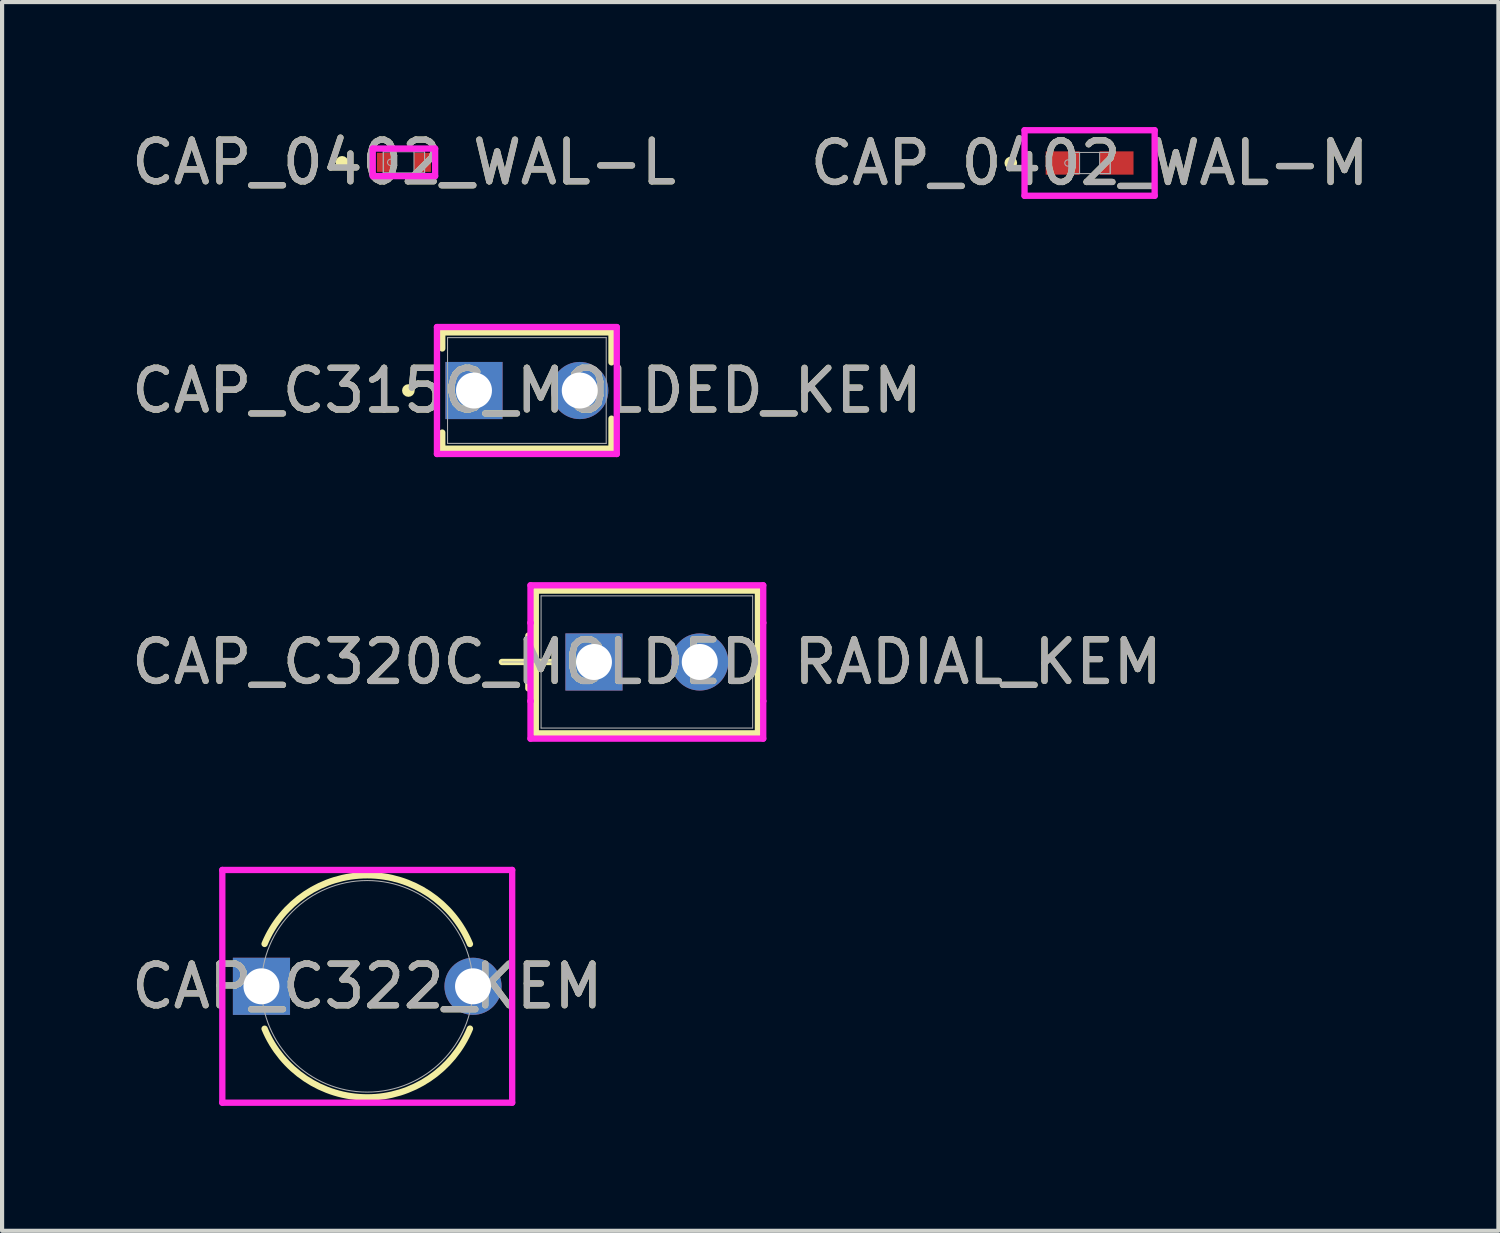
<source format=kicad_pcb>
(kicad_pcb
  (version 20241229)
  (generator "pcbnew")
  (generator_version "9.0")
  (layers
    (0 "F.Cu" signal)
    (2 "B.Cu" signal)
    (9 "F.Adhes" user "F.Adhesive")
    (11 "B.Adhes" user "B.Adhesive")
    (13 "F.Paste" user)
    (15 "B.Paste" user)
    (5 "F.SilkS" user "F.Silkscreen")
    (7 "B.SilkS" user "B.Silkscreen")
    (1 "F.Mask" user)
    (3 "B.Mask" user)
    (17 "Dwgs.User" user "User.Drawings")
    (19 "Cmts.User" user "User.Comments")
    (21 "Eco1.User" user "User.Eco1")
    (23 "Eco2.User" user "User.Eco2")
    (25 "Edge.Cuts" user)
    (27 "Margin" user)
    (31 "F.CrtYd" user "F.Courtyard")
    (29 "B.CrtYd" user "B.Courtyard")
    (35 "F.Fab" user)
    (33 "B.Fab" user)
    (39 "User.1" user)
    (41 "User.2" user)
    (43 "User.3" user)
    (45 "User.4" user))
  (footprint "CAP_C315C_MOLDED_KEM"
    (layer "F.Cu")
    (at 8.331 6.327)
    (property "Reference" "CAP_C315C_MOLDED_KEM" (at 1.27 0 0) (unlocked yes) (layer "F.SilkS") (effects (font (size 1 1) (thickness 0.15))))
    (attr through_hole)
    (fp_line (start -0.762 -1.397) (end -0.762 -1.01) (stroke (width 0.152) (type solid)) (layer "F.SilkS"))
    (fp_line (start -0.762 1.01) (end -0.762 1.397) (stroke (width 0.152) (type solid)) (layer "F.SilkS"))
    (fp_line (start 3.302 -1.397) (end -0.762 -1.397) (stroke (width 0.152) (type solid)) (layer "F.SilkS"))
    (fp_line (start 3.302 -1.397) (end 3.302 -0.676) (stroke (width 0.152) (type solid)) (layer "F.SilkS"))
    (fp_line (start 3.302 0.676) (end 3.302 1.397) (stroke (width 0.152) (type solid)) (layer "F.SilkS"))
    (fp_line (start 3.302 1.397) (end -0.762 1.397) (stroke (width 0.152) (type solid)) (layer "F.SilkS"))
    (fp_circle (center -1.575 0) (end -1.499 0) (stroke (width 0.152) (type solid)) (fill no) (layer "F.SilkS"))
    (fp_line (start -0.889 -1.524) (end 3.429 -1.524) (stroke (width 0.152) (type solid)) (layer "F.CrtYd"))
    (fp_line (start -0.889 1.524) (end -0.889 -1.524) (stroke (width 0.152) (type solid)) (layer "F.CrtYd"))
    (fp_line (start 3.429 -1.524) (end 3.429 1.524) (stroke (width 0.152) (type solid)) (layer "F.CrtYd"))
    (fp_line (start 3.429 1.524) (end -0.889 1.524) (stroke (width 0.152) (type solid)) (layer "F.CrtYd"))
    (fp_line (start -0.635 -1.27) (end -0.635 1.27) (stroke (width 0.025) (type solid)) (layer "F.Fab"))
    (fp_line (start 3.175 -1.27) (end -0.635 -1.27) (stroke (width 0.025) (type solid)) (layer "F.Fab"))
    (fp_line (start 3.175 -1.27) (end 3.175 1.27) (stroke (width 0.025) (type solid)) (layer "F.Fab"))
    (fp_line (start 3.175 1.27) (end -0.635 1.27) (stroke (width 0.025) (type solid)) (layer "F.Fab"))
    (fp_circle (center -0.127 0) (end -0.051 0) (stroke (width 0.025) (type solid)) (fill no) (layer "F.Fab"))
    (fp_text user "${REFERENCE}" (at 1.27 0 0) (unlocked yes) (layer "F.Fab") (effects (font (size 1 1) (thickness 0.15))))
    (pad "1" thru_hole rect (at 0 0) (size 1.372 1.372) (drill 0.864) (layers "*.Cu" "*.Mask"))
    (pad "2" thru_hole circle (at 2.54 0) (size 1.372 1.372) (drill 0.864) (layers "*.Cu" "*.Mask")))
  (footprint "CAP_0402_WAL-L"
    (layer "F.Cu")
    (at 6.649 0.848)
    (property "Reference" "CAP_0402_WAL-L" (at 0 0 0) (unlocked yes) (layer "F.SilkS") (effects (font (size 1 1) (thickness 0.15))))
    (attr smd)
    (fp_circle (center -1.486 0) (end -1.41 0) (stroke (width 0.152) (type solid)) (fill no) (layer "F.SilkS"))
    (fp_line (start -0.749 -0.33) (end 0.749 -0.33) (stroke (width 0.152) (type solid)) (layer "F.CrtYd"))
    (fp_line (start -0.749 0.33) (end -0.749 -0.33) (stroke (width 0.152) (type solid)) (layer "F.CrtYd"))
    (fp_line (start 0.749 -0.33) (end 0.749 0.33) (stroke (width 0.152) (type solid)) (layer "F.CrtYd"))
    (fp_line (start 0.749 0.33) (end -0.749 0.33) (stroke (width 0.152) (type solid)) (layer "F.CrtYd"))
    (fp_line (start -0.495 -0.254) (end -0.495 0.254) (stroke (width 0.025) (type solid)) (layer "F.Fab"))
    (fp_line (start -0.495 -0.254) (end -0.495 0.254) (stroke (width 0.025) (type solid)) (layer "F.Fab"))
    (fp_line (start -0.495 0.254) (end -0.241 0.254) (stroke (width 0.025) (type solid)) (layer "F.Fab"))
    (fp_line (start -0.495 0.254) (end 0.495 0.254) (stroke (width 0.025) (type solid)) (layer "F.Fab"))
    (fp_line (start -0.241 -0.254) (end -0.495 -0.254) (stroke (width 0.025) (type solid)) (layer "F.Fab"))
    (fp_line (start -0.241 0.254) (end -0.241 -0.254) (stroke (width 0.025) (type solid)) (layer "F.Fab"))
    (fp_line (start 0.241 -0.254) (end 0.241 0.254) (stroke (width 0.025) (type solid)) (layer "F.Fab"))
    (fp_line (start 0.241 0.254) (end 0.495 0.254) (stroke (width 0.025) (type solid)) (layer "F.Fab"))
    (fp_line (start 0.495 -0.254) (end -0.495 -0.254) (stroke (width 0.025) (type solid)) (layer "F.Fab"))
    (fp_line (start 0.495 -0.254) (end 0.241 -0.254) (stroke (width 0.025) (type solid)) (layer "F.Fab"))
    (fp_line (start 0.495 0.254) (end 0.495 -0.254) (stroke (width 0.025) (type solid)) (layer "F.Fab"))
    (fp_line (start 0.495 0.254) (end 0.495 -0.254) (stroke (width 0.025) (type solid)) (layer "F.Fab"))
    (fp_circle (center -0.318 0) (end -0.241 0) (stroke (width 0.025) (type solid)) (fill no) (layer "F.Fab"))
    (fp_text user "${REFERENCE}" (at 0 0 0) (unlocked yes) (layer "F.Fab") (effects (font (size 1 1) (thickness 0.15))))
    (pad "1" smd rect (at -0.445 0) (size 0.406 0.457) (layers "F.Cu" "F.Mask" "F.Paste"))
    (pad "2" smd rect (at 0.445 0) (size 0.406 0.457) (layers "F.Cu" "F.Mask" "F.Paste"))
    (zone (net_name "") (layer "F.Cu") (hatch full 0.508) (connect_pads) (min_thickness 0.254) (filled_areas_thickness no) (keepout (tracks not_allowed) (vias not_allowed) (pads allowed) (copperpour not_allowed) (footprints allowed)) (placement (enabled no)) (fill) (polygon (pts (xy 6.458 0.645) (xy 6.839 0.645) (xy 6.839 1.051) (xy 6.458 1.051)))))
  (footprint "CAP_C322_KEM"
    (layer "F.Cu")
    (at 5.768 20.633)
    (property "Reference" "CAP_C322_KEM" (at 0 0 0) (unlocked yes) (layer "F.SilkS") (effects (font (size 1 1) (thickness 0.15))))
    (attr through_hole)
    (fp_arc (start -2.464846 -1.01854) (mid 0.001458 -2.667) (end 2.465958 -1.015845) (stroke (width 0.1524) (type solid)) (layer "F.SilkS"))
    (fp_arc (start 2.465958 1.015846) (mid 0.001457 2.667) (end -2.464846 1.018539) (stroke (width 0.1524) (type solid)) (layer "F.SilkS"))
    (fp_line (start -3.48 -2.794) (end 3.48 -2.794) (stroke (width 0.152) (type solid)) (layer "F.CrtYd"))
    (fp_line (start -3.48 2.794) (end -3.48 -2.794) (stroke (width 0.152) (type solid)) (layer "F.CrtYd"))
    (fp_line (start 3.48 -2.794) (end 3.48 2.794) (stroke (width 0.152) (type solid)) (layer "F.CrtYd"))
    (fp_line (start 3.48 2.794) (end -3.48 2.794) (stroke (width 0.152) (type solid)) (layer "F.CrtYd"))
    (fp_circle (center 0 0) (end 2.54 0) (stroke (width 0.025) (type solid)) (fill no) (layer "F.Fab"))
    (fp_text user "${REFERENCE}" (at 0 0 0) (unlocked yes) (layer "F.Fab") (effects (font (size 1 1) (thickness 0.15))))
    (pad "1" thru_hole rect (at -2.54 0) (size 1.372 1.372) (drill 0.864) (layers "*.Cu" "*.Mask"))
    (pad "2" thru_hole circle (at 2.54 0) (size 1.372 1.372) (drill 0.864) (layers "*.Cu" "*.Mask")))
  (footprint "CAP_C320C_MOLDED RADIAL_KEM"
    (layer "F.Cu")
    (at 11.212 12.845)
    (property "Reference" "CAP_C320C_MOLDED RADIAL_KEM" (at 1.27 0 0) (unlocked yes) (layer "F.SilkS") (effects (font (size 1 1) (thickness 0.15))))
    (attr through_hole)
    (fp_line (start -2.21 0) (end -1.019 0) (stroke (width 0.152) (type solid)) (layer "F.SilkS"))
    (fp_line (start -1.575 -0.635) (end -1.575 0.635) (stroke (width 0.152) (type solid)) (layer "F.SilkS"))
    (fp_line (start -1.397 -1.714) (end -1.397 1.714) (stroke (width 0.152) (type solid)) (layer "F.SilkS"))
    (fp_line (start -1.397 1.714) (end 3.937 1.714) (stroke (width 0.152) (type solid)) (layer "F.SilkS"))
    (fp_line (start 3.937 -1.714) (end -1.397 -1.714) (stroke (width 0.152) (type solid)) (layer "F.SilkS"))
    (fp_line (start 3.937 1.714) (end 3.937 -1.714) (stroke (width 0.152) (type solid)) (layer "F.SilkS"))
    (fp_line (start -1.524 -1.841) (end 4.064 -1.841) (stroke (width 0.152) (type solid)) (layer "F.CrtYd"))
    (fp_line (start -1.524 -0.94) (end -1.524 -1.841) (stroke (width 0.152) (type solid)) (layer "F.CrtYd"))
    (fp_line (start -1.524 -0.94) (end -1.524 -0.94) (stroke (width 0.152) (type solid)) (layer "F.CrtYd"))
    (fp_line (start -1.524 0.94) (end -1.524 -0.94) (stroke (width 0.152) (type solid)) (layer "F.CrtYd"))
    (fp_line (start -1.524 0.94) (end -1.524 0.94) (stroke (width 0.152) (type solid)) (layer "F.CrtYd"))
    (fp_line (start -1.524 1.841) (end -1.524 0.94) (stroke (width 0.152) (type solid)) (layer "F.CrtYd"))
    (fp_line (start 4.064 -1.841) (end 4.064 -0.94) (stroke (width 0.152) (type solid)) (layer "F.CrtYd"))
    (fp_line (start 4.064 -0.94) (end 4.064 -0.94) (stroke (width 0.152) (type solid)) (layer "F.CrtYd"))
    (fp_line (start 4.064 -0.94) (end 4.064 0.94) (stroke (width 0.152) (type solid)) (layer "F.CrtYd"))
    (fp_line (start 4.064 0.94) (end 4.064 0.94) (stroke (width 0.152) (type solid)) (layer "F.CrtYd"))
    (fp_line (start 4.064 0.94) (end 4.064 1.841) (stroke (width 0.152) (type solid)) (layer "F.CrtYd"))
    (fp_line (start 4.064 1.841) (end -1.524 1.841) (stroke (width 0.152) (type solid)) (layer "F.CrtYd"))
    (fp_line (start -2.21 0) (end -0.94 0) (stroke (width 0.025) (type solid)) (layer "F.Fab"))
    (fp_line (start -1.575 -0.635) (end -1.575 0.635) (stroke (width 0.025) (type solid)) (layer "F.Fab"))
    (fp_line (start -1.27 -1.587) (end -1.27 1.587) (stroke (width 0.025) (type solid)) (layer "F.Fab"))
    (fp_line (start -1.27 1.587) (end 3.81 1.587) (stroke (width 0.025) (type solid)) (layer "F.Fab"))
    (fp_line (start 3.81 -1.587) (end -1.27 -1.587) (stroke (width 0.025) (type solid)) (layer "F.Fab"))
    (fp_line (start 3.81 1.587) (end 3.81 -1.587) (stroke (width 0.025) (type solid)) (layer "F.Fab"))
    (fp_text user "${REFERENCE}" (at 1.27 0 0) (unlocked yes) (layer "F.Fab") (effects (font (size 1 1) (thickness 0.15))))
    (pad "1" thru_hole rect (at 0 0) (size 1.372 1.372) (drill 0.864) (layers "*.Cu" "*.Mask"))
    (pad "2" thru_hole circle (at 2.54 0) (size 1.372 1.372) (drill 0.864) (layers "*.Cu" "*.Mask")))
  (footprint "CAP_0402_WAL-M"
    (layer "F.Cu")
    (at 23.113 0.864)
    (property "Reference" "CAP_0402_WAL-M" (at 0 0 0) (unlocked yes) (layer "F.SilkS") (effects (font (size 1 1) (thickness 0.15))))
    (attr smd)
    (fp_circle (center -1.892 0) (end -1.816 0) (stroke (width 0.152) (type solid)) (fill no) (layer "F.SilkS"))
    (fp_line (start -1.562 -0.787) (end 1.562 -0.787) (stroke (width 0.152) (type solid)) (layer "F.CrtYd"))
    (fp_line (start -1.562 0.787) (end -1.562 -0.787) (stroke (width 0.152) (type solid)) (layer "F.CrtYd"))
    (fp_line (start 1.562 -0.787) (end 1.562 0.787) (stroke (width 0.152) (type solid)) (layer "F.CrtYd"))
    (fp_line (start 1.562 0.787) (end -1.562 0.787) (stroke (width 0.152) (type solid)) (layer "F.CrtYd"))
    (fp_line (start -0.495 -0.254) (end -0.495 0.254) (stroke (width 0.025) (type solid)) (layer "F.Fab"))
    (fp_line (start -0.495 -0.254) (end -0.495 0.254) (stroke (width 0.025) (type solid)) (layer "F.Fab"))
    (fp_line (start -0.495 0.254) (end -0.241 0.254) (stroke (width 0.025) (type solid)) (layer "F.Fab"))
    (fp_line (start -0.495 0.254) (end 0.495 0.254) (stroke (width 0.025) (type solid)) (layer "F.Fab"))
    (fp_line (start -0.241 -0.254) (end -0.495 -0.254) (stroke (width 0.025) (type solid)) (layer "F.Fab"))
    (fp_line (start -0.241 0.254) (end -0.241 -0.254) (stroke (width 0.025) (type solid)) (layer "F.Fab"))
    (fp_line (start 0.241 -0.254) (end 0.241 0.254) (stroke (width 0.025) (type solid)) (layer "F.Fab"))
    (fp_line (start 0.241 0.254) (end 0.495 0.254) (stroke (width 0.025) (type solid)) (layer "F.Fab"))
    (fp_line (start 0.495 -0.254) (end -0.495 -0.254) (stroke (width 0.025) (type solid)) (layer "F.Fab"))
    (fp_line (start 0.495 -0.254) (end 0.241 -0.254) (stroke (width 0.025) (type solid)) (layer "F.Fab"))
    (fp_line (start 0.495 0.254) (end 0.495 -0.254) (stroke (width 0.025) (type solid)) (layer "F.Fab"))
    (fp_line (start 0.495 0.254) (end 0.495 -0.254) (stroke (width 0.025) (type solid)) (layer "F.Fab"))
    (fp_circle (center -0.521 0) (end -0.445 0) (stroke (width 0.025) (type solid)) (fill no) (layer "F.Fab"))
    (fp_text user "${REFERENCE}" (at 0 0 0) (unlocked yes) (layer "F.Fab") (effects (font (size 1 1) (thickness 0.15))))
    (pad "1" smd rect (at -0.648 0) (size 0.813 0.559) (layers "F.Cu" "F.Mask" "F.Paste"))
    (pad "2" smd rect (at 0.648 0) (size 0.813 0.559) (layers "F.Cu" "F.Mask" "F.Paste"))
    (zone (net_name "") (layer "F.Cu") (hatch full 0.508) (connect_pads) (min_thickness 0.254) (filled_areas_thickness no) (keepout (tracks not_allowed) (vias not_allowed) (pads allowed) (copperpour not_allowed) (footprints allowed)) (placement (enabled no)) (fill) (polygon (pts (xy 22.923 0.66) (xy 23.304 0.66) (xy 23.304 1.067) (xy 22.923 1.067)))))
  (gr_rect
    (start -3 -3)
    (end 32.929 26.503)
    (stroke (width 0.1) (type default))
    (fill no)
    (layer "Edge.Cuts")))
</source>
